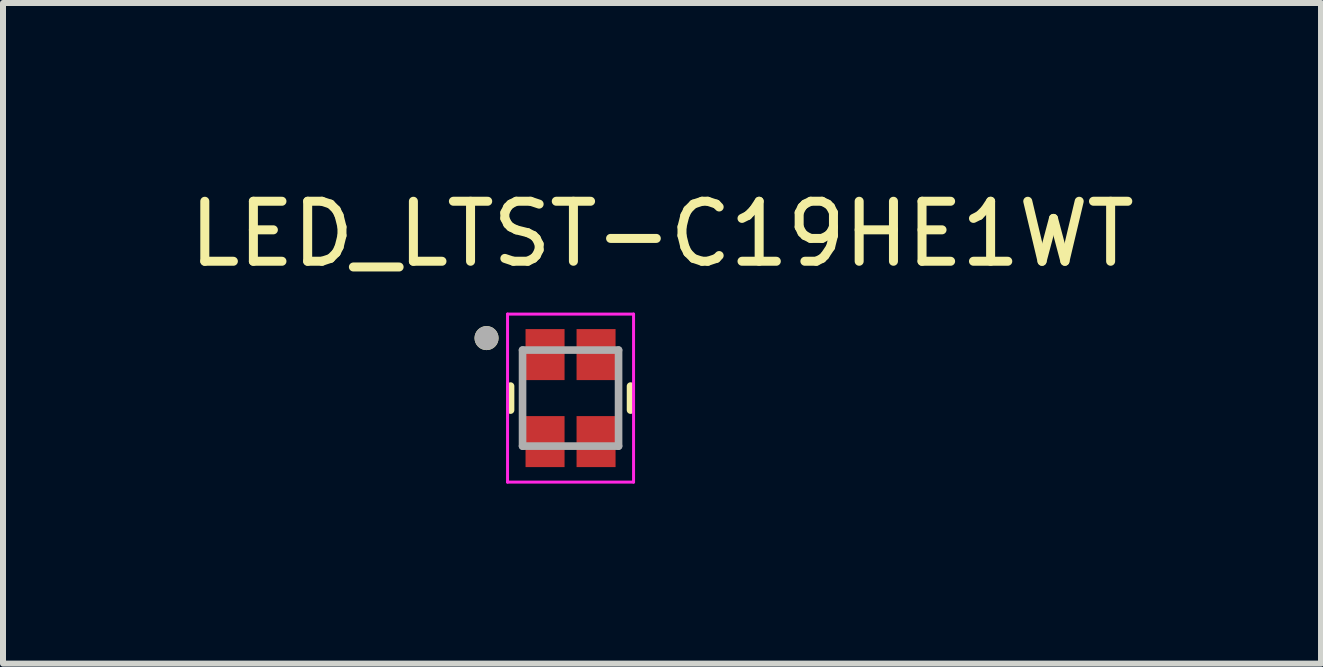
<source format=kicad_pcb>
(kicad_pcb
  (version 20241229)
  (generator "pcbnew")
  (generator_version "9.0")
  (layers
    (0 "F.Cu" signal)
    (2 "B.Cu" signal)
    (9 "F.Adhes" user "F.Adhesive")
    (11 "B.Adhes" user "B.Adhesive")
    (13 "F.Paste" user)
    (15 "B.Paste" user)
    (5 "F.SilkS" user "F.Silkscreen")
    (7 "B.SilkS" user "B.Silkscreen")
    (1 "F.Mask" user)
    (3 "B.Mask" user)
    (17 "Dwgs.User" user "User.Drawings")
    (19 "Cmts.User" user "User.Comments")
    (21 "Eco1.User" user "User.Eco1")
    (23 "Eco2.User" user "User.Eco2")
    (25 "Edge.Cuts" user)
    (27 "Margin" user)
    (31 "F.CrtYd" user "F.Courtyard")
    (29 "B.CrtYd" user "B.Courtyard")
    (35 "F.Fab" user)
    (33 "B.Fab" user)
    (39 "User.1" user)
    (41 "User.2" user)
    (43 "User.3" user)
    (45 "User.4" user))
  (footprint "LED_LTST-C19HE1WT"
    (layer "F.Cu")
    (at 6.458 3.584)
    (property "Reference" "LED_LTST-C19HE1WT" (at 1.524 -2.735 0) (layer "F.SilkS") (effects (font (size 1 1) (thickness 0.15))))
    (attr smd)
    (fp_line (start -1 -0.2) (end -1 0.2) (stroke (width 0.127) (type solid)) (layer "F.SilkS"))
    (fp_line (start 1 -0.2) (end 1 0.2) (stroke (width 0.127) (type solid)) (layer "F.SilkS"))
    (fp_circle (center -1.4 -1) (end -1.3 -1) (stroke (width 0.2) (type solid)) (fill no) (layer "F.SilkS"))
    (fp_line (start -1.05 -1.4) (end 1.05 -1.4) (stroke (width 0.05) (type solid)) (layer "F.CrtYd"))
    (fp_line (start -1.05 1.4) (end -1.05 -1.4) (stroke (width 0.05) (type solid)) (layer "F.CrtYd"))
    (fp_line (start 1.05 -1.4) (end 1.05 1.4) (stroke (width 0.05) (type solid)) (layer "F.CrtYd"))
    (fp_line (start 1.05 1.4) (end -1.05 1.4) (stroke (width 0.05) (type solid)) (layer "F.CrtYd"))
    (fp_line (start -0.8 -0.8) (end -0.8 0.8) (stroke (width 0.127) (type solid)) (layer "F.Fab"))
    (fp_line (start -0.8 -0.8) (end 0.8 -0.8) (stroke (width 0.127) (type solid)) (layer "F.Fab"))
    (fp_line (start 0.8 -0.8) (end 0.8 0.8) (stroke (width 0.127) (type solid)) (layer "F.Fab"))
    (fp_line (start 0.8 0.8) (end -0.8 0.8) (stroke (width 0.127) (type solid)) (layer "F.Fab"))
    (fp_circle (center -1.4 -1) (end -1.3 -1) (stroke (width 0.2) (type solid)) (fill no) (layer "F.Fab"))
    (pad "1" smd rect (at -0.425 -0.725) (size 0.65 0.85) (layers "F.Cu" "F.Mask" "F.Paste"))
    (pad "2" smd rect (at 0.425 -0.725) (size 0.65 0.85) (layers "F.Cu" "F.Mask" "F.Paste"))
    (pad "3" smd rect (at 0.425 0.725) (size 0.65 0.85) (layers "F.Cu" "F.Mask" "F.Paste"))
    (pad "4" smd rect (at -0.425 0.725) (size 0.65 0.85) (layers "F.Cu" "F.Mask" "F.Paste")))
  (gr_rect
    (start -3 -3)
    (end 18.964 8.009)
    (stroke (width 0.1) (type default))
    (fill no)
    (layer "Edge.Cuts")))
</source>
